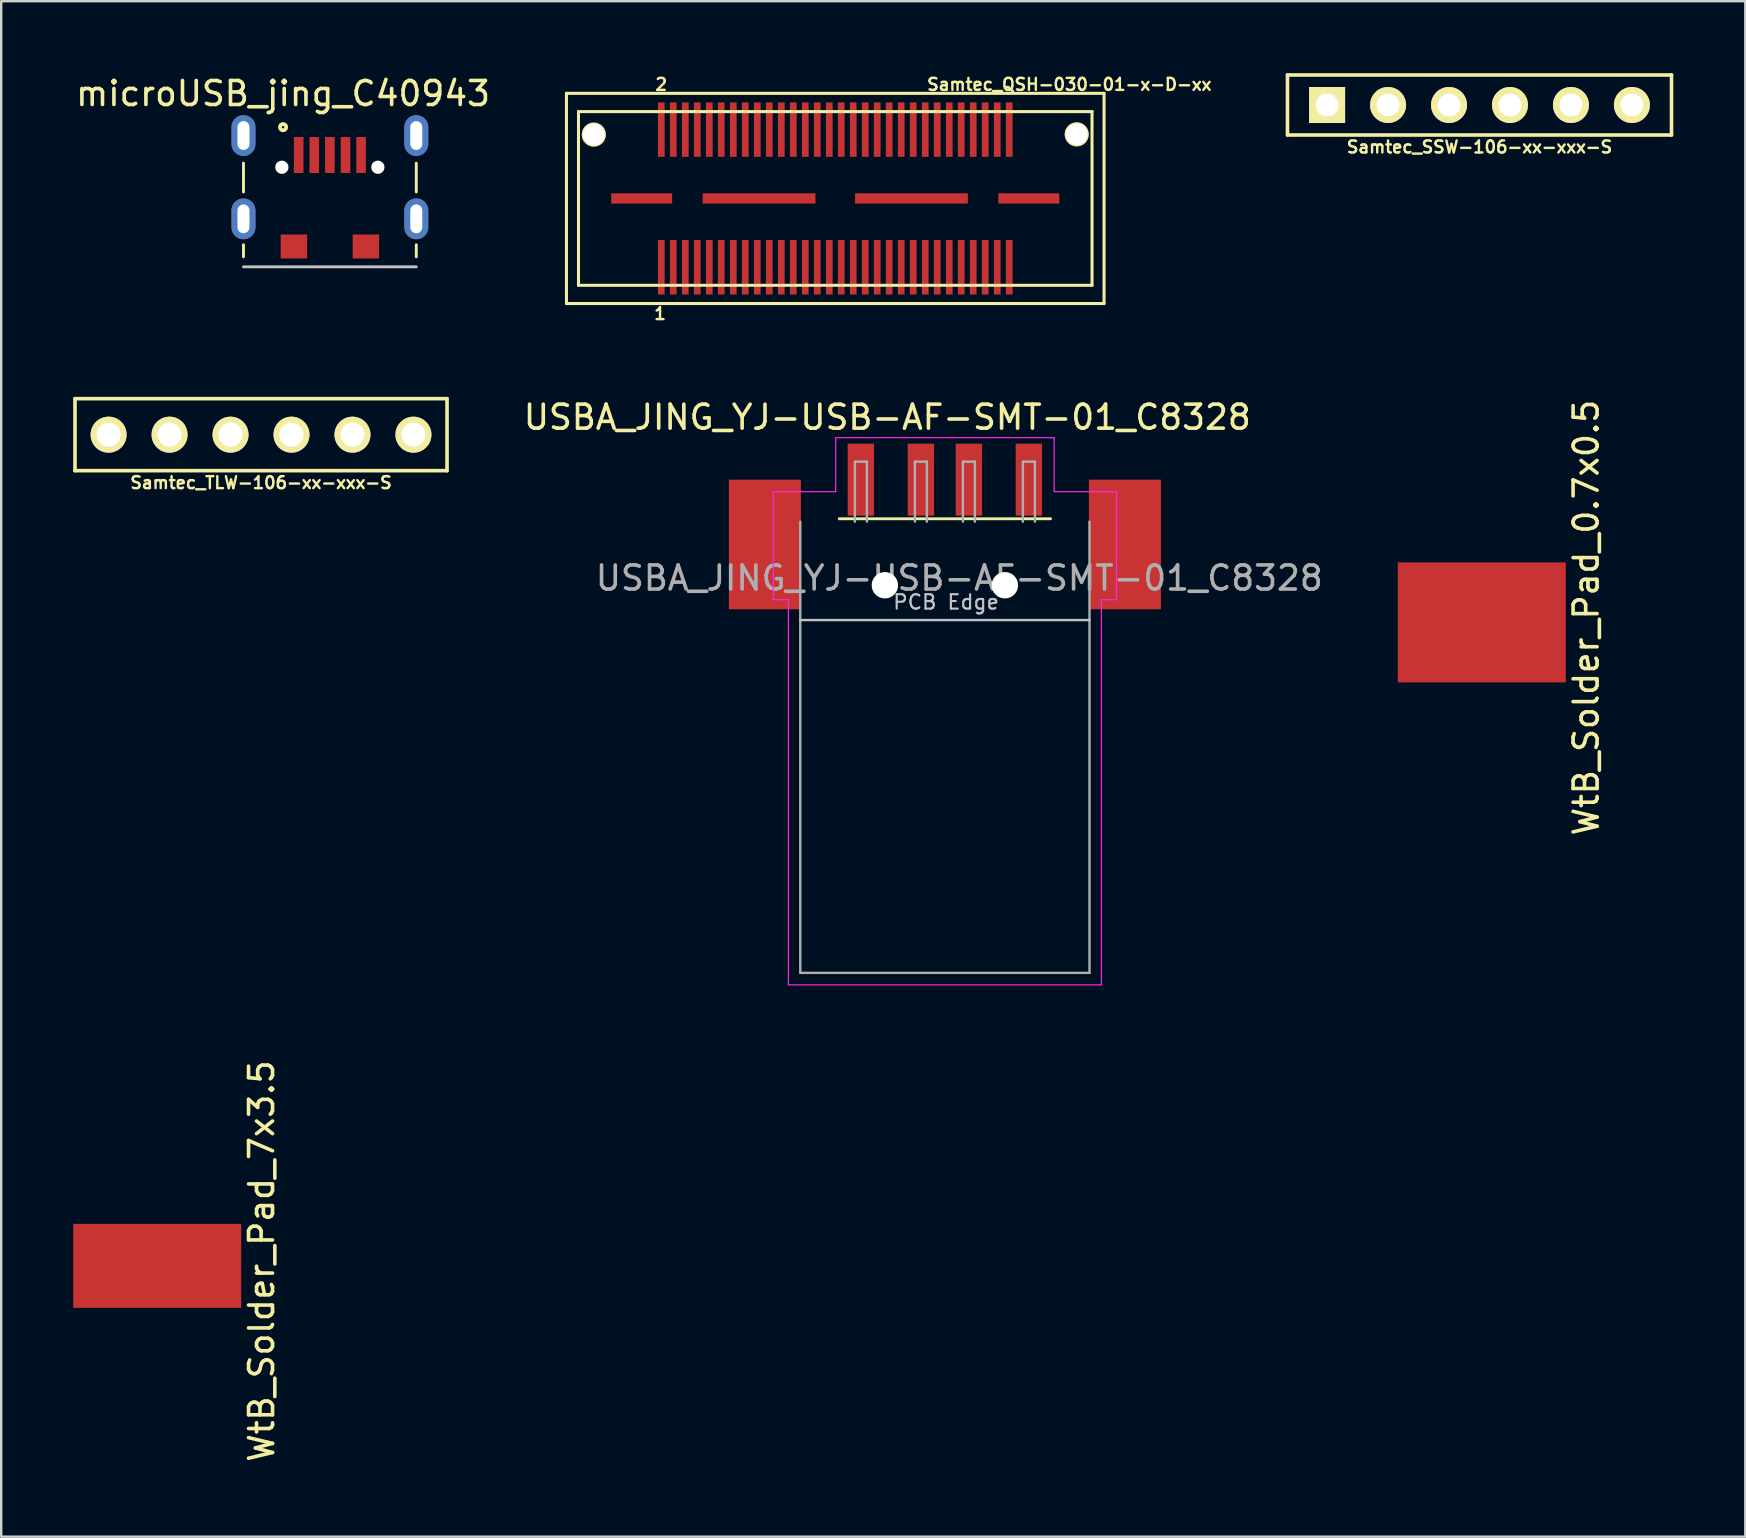
<source format=kicad_pcb>
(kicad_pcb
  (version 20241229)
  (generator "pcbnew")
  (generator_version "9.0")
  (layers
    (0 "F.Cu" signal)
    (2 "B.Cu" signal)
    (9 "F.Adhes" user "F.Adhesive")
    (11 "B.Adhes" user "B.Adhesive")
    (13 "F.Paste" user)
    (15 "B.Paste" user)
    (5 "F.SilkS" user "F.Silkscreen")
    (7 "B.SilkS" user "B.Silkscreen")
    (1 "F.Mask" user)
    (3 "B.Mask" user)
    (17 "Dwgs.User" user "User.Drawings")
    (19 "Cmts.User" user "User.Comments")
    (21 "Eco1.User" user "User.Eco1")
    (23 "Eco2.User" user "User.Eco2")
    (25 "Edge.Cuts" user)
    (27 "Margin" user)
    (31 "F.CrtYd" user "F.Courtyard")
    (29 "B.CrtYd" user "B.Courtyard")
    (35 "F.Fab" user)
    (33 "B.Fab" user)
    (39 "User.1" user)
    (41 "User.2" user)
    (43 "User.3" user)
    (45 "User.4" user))
  (footprint "Samtec_QSH-030-01-x-D-xx"
    (layer "F.Cu")
    (at 31.75 5.218)
    (property "Reference" "Samtec_QSH-030-01-x-D-xx" (at 9.75 -4.75 0) (layer "F.SilkS") (effects (font (size 0.5 0.5) (thickness 0.1))))
    (attr smd)
    (fp_line (start -11.199 -4.379) (end 11.199 -4.379) (stroke (width 0.127) (type solid)) (layer "F.SilkS"))
    (fp_line (start -11.199 4.379) (end -11.199 -4.379) (stroke (width 0.127) (type solid)) (layer "F.SilkS"))
    (fp_line (start -10.698 -3.619) (end 10.698 -3.619) (stroke (width 0.127) (type solid)) (layer "F.SilkS"))
    (fp_line (start -10.698 3.619) (end -10.698 -3.619) (stroke (width 0.127) (type solid)) (layer "F.SilkS"))
    (fp_line (start 10.698 -3.619) (end 10.698 3.619) (stroke (width 0.127) (type solid)) (layer "F.SilkS"))
    (fp_line (start 10.698 3.619) (end -10.698 3.619) (stroke (width 0.127) (type solid)) (layer "F.SilkS"))
    (fp_line (start 11.199 -4.379) (end 11.199 4.379) (stroke (width 0.127) (type solid)) (layer "F.SilkS"))
    (fp_line (start 11.199 4.379) (end -11.199 4.379) (stroke (width 0.127) (type solid)) (layer "F.SilkS"))
    (fp_text user "1" (at -7.3 4.8 0) (layer "F.SilkS") (effects (font (size 0.5 0.5) (thickness 0.1))))
    (fp_text user "2" (at -7.25 -4.75 0) (layer "F.SilkS") (effects (font (size 0.5 0.5) (thickness 0.1))))
    (pad "1" smd rect (at -7.249 2.868) (size 0.279 2.268) (layers "F.Cu" "F.Mask" "F.Paste"))
    (pad "2" smd rect (at -7.249 -2.868) (size 0.279 2.268) (layers "F.Cu" "F.Mask" "F.Paste"))
    (pad "3" smd rect (at -6.749 2.868) (size 0.279 2.268) (layers "F.Cu" "F.Mask" "F.Paste"))
    (pad "4" smd rect (at -6.749 -2.868) (size 0.279 2.268) (layers "F.Cu" "F.Mask" "F.Paste"))
    (pad "5" smd rect (at -6.248 2.868) (size 0.279 2.268) (layers "F.Cu" "F.Mask" "F.Paste"))
    (pad "6" smd rect (at -6.248 -2.868) (size 0.279 2.268) (layers "F.Cu" "F.Mask" "F.Paste"))
    (pad "7" smd rect (at -5.748 2.868) (size 0.279 2.268) (layers "F.Cu" "F.Mask" "F.Paste"))
    (pad "8" smd rect (at -5.748 -2.868) (size 0.279 2.268) (layers "F.Cu" "F.Mask" "F.Paste"))
    (pad "9" smd rect (at -5.248 2.868) (size 0.279 2.268) (layers "F.Cu" "F.Mask" "F.Paste"))
    (pad "10" smd rect (at -5.248 -2.868) (size 0.279 2.268) (layers "F.Cu" "F.Mask" "F.Paste"))
    (pad "11" smd rect (at -4.75 2.868) (size 0.279 2.268) (layers "F.Cu" "F.Mask" "F.Paste"))
    (pad "12" smd rect (at -4.75 -2.868) (size 0.279 2.268) (layers "F.Cu" "F.Mask" "F.Paste"))
    (pad "13" smd rect (at -4.249 2.868) (size 0.279 2.268) (layers "F.Cu" "F.Mask" "F.Paste"))
    (pad "14" smd rect (at -4.249 -2.868) (size 0.279 2.268) (layers "F.Cu" "F.Mask" "F.Paste"))
    (pad "15" smd rect (at -3.749 2.868) (size 0.279 2.268) (layers "F.Cu" "F.Mask" "F.Paste"))
    (pad "16" smd rect (at -3.749 -2.868) (size 0.279 2.268) (layers "F.Cu" "F.Mask" "F.Paste"))
    (pad "17" smd rect (at -3.249 2.868) (size 0.279 2.268) (layers "F.Cu" "F.Mask" "F.Paste"))
    (pad "18" smd rect (at -3.249 -2.868) (size 0.279 2.268) (layers "F.Cu" "F.Mask" "F.Paste"))
    (pad "19" smd rect (at -2.748 2.868) (size 0.279 2.268) (layers "F.Cu" "F.Mask" "F.Paste"))
    (pad "20" smd rect (at -2.748 -2.868) (size 0.279 2.268) (layers "F.Cu" "F.Mask" "F.Paste"))
    (pad "21" smd rect (at -2.248 2.868) (size 0.279 2.268) (layers "F.Cu" "F.Mask" "F.Paste"))
    (pad "22" smd rect (at -2.248 -2.868) (size 0.279 2.268) (layers "F.Cu" "F.Mask" "F.Paste"))
    (pad "23" smd rect (at -1.748 2.868) (size 0.279 2.268) (layers "F.Cu" "F.Mask" "F.Paste"))
    (pad "24" smd rect (at -1.748 -2.868) (size 0.279 2.268) (layers "F.Cu" "F.Mask" "F.Paste"))
    (pad "25" smd rect (at -1.25 2.868) (size 0.279 2.268) (layers "F.Cu" "F.Mask" "F.Paste"))
    (pad "26" smd rect (at -1.25 -2.868) (size 0.279 2.268) (layers "F.Cu" "F.Mask" "F.Paste"))
    (pad "27" smd rect (at -0.749 2.868) (size 0.279 2.268) (layers "F.Cu" "F.Mask" "F.Paste"))
    (pad "28" smd rect (at -0.749 -2.868) (size 0.279 2.268) (layers "F.Cu" "F.Mask" "F.Paste"))
    (pad "29" smd rect (at -0.249 2.868) (size 0.279 2.268) (layers "F.Cu" "F.Mask" "F.Paste"))
    (pad "30" smd rect (at -0.249 -2.868) (size 0.279 2.268) (layers "F.Cu" "F.Mask" "F.Paste"))
    (pad "31" smd rect (at 0.249 2.868) (size 0.279 2.268) (layers "F.Cu" "F.Mask" "F.Paste"))
    (pad "32" smd rect (at 0.249 -2.868) (size 0.279 2.268) (layers "F.Cu" "F.Mask" "F.Paste"))
    (pad "33" smd rect (at 0.749 2.868) (size 0.279 2.268) (layers "F.Cu" "F.Mask" "F.Paste"))
    (pad "34" smd rect (at 0.749 -2.868) (size 0.279 2.268) (layers "F.Cu" "F.Mask" "F.Paste"))
    (pad "35" smd rect (at 1.25 2.868) (size 0.279 2.268) (layers "F.Cu" "F.Mask" "F.Paste"))
    (pad "36" smd rect (at 1.25 -2.868) (size 0.279 2.268) (layers "F.Cu" "F.Mask" "F.Paste"))
    (pad "37" smd rect (at 1.748 2.868) (size 0.279 2.268) (layers "F.Cu" "F.Mask" "F.Paste"))
    (pad "38" smd rect (at 1.748 -2.868) (size 0.279 2.268) (layers "F.Cu" "F.Mask" "F.Paste"))
    (pad "39" smd rect (at 2.248 2.868) (size 0.279 2.268) (layers "F.Cu" "F.Mask" "F.Paste"))
    (pad "40" smd rect (at 2.248 -2.868) (size 0.279 2.268) (layers "F.Cu" "F.Mask" "F.Paste"))
    (pad "41" smd rect (at 2.748 2.868) (size 0.279 2.268) (layers "F.Cu" "F.Mask" "F.Paste"))
    (pad "42" smd rect (at 2.748 -2.868) (size 0.279 2.268) (layers "F.Cu" "F.Mask" "F.Paste"))
    (pad "43" smd rect (at 3.249 2.868) (size 0.279 2.268) (layers "F.Cu" "F.Mask" "F.Paste"))
    (pad "44" smd rect (at 3.249 -2.868) (size 0.279 2.268) (layers "F.Cu" "F.Mask" "F.Paste"))
    (pad "45" smd rect (at 3.749 2.868) (size 0.279 2.268) (layers "F.Cu" "F.Mask" "F.Paste"))
    (pad "46" smd rect (at 3.749 -2.868) (size 0.279 2.268) (layers "F.Cu" "F.Mask" "F.Paste"))
    (pad "47" smd rect (at 4.249 2.868) (size 0.279 2.268) (layers "F.Cu" "F.Mask" "F.Paste"))
    (pad "48" smd rect (at 4.249 -2.868) (size 0.279 2.268) (layers "F.Cu" "F.Mask" "F.Paste"))
    (pad "49" smd rect (at 4.75 2.868) (size 0.279 2.268) (layers "F.Cu" "F.Mask" "F.Paste"))
    (pad "50" smd rect (at 4.75 -2.868) (size 0.279 2.268) (layers "F.Cu" "F.Mask" "F.Paste"))
    (pad "51" smd rect (at 5.248 2.868) (size 0.279 2.268) (layers "F.Cu" "F.Mask" "F.Paste"))
    (pad "52" smd rect (at 5.248 -2.868) (size 0.279 2.268) (layers "F.Cu" "F.Mask" "F.Paste"))
    (pad "53" smd rect (at 5.748 2.868) (size 0.279 2.268) (layers "F.Cu" "F.Mask" "F.Paste"))
    (pad "54" smd rect (at 5.748 -2.868) (size 0.279 2.268) (layers "F.Cu" "F.Mask" "F.Paste"))
    (pad "55" smd rect (at 6.248 2.868) (size 0.279 2.268) (layers "F.Cu" "F.Mask" "F.Paste"))
    (pad "56" smd rect (at 6.248 -2.868) (size 0.279 2.268) (layers "F.Cu" "F.Mask" "F.Paste"))
    (pad "57" smd rect (at 6.749 2.868) (size 0.279 2.268) (layers "F.Cu" "F.Mask" "F.Paste"))
    (pad "58" smd rect (at 6.749 -2.868) (size 0.279 2.268) (layers "F.Cu" "F.Mask" "F.Paste"))
    (pad "59" smd rect (at 7.249 2.868) (size 0.279 2.268) (layers "F.Cu" "F.Mask" "F.Paste"))
    (pad "60" smd rect (at 7.249 -2.868) (size 0.279 2.268) (layers "F.Cu" "F.Mask" "F.Paste"))
    (pad "61" smd rect (at -8.065 0) (size 2.54 0.429) (layers "F.Cu" "F.Mask" "F.Paste"))
    (pad "62" smd rect (at -3.175 0) (size 4.699 0.429) (layers "F.Cu" "F.Mask" "F.Paste"))
    (pad "63" smd rect (at 3.175 0) (size 4.699 0.429) (layers "F.Cu" "F.Mask" "F.Paste"))
    (pad "64" smd rect (at 8.065 0) (size 2.54 0.429) (layers "F.Cu" "F.Mask" "F.Paste"))
    (pad "65" thru_hole circle (at -10.06 -2.66) (size 1 1) (drill 0.89) (layers "*.Cu" "*.Mask" "F.SilkS"))
    (pad "65" thru_hole circle (at 10.06 -2.67) (size 1 1) (drill 0.89) (layers "*.Cu" "*.Mask" "F.SilkS")))
  (footprint "Samtec_TLW-106-xx-xxx-S"
    (layer "F.Cu")
    (at 7.825 15.061)
    (property "Reference" "Samtec_TLW-106-xx-xxx-S" (at 0 2 0) (layer "F.SilkS") (effects (font (size 0.5 0.5) (thickness 0.1))))
    (attr through_hole)
    (fp_line (start -7.75 -1.5) (end -7.75 1.5) (stroke (width 0.15) (type solid)) (layer "F.SilkS"))
    (fp_line (start -7.75 -1.5) (end 7.75 -1.5) (stroke (width 0.15) (type solid)) (layer "F.SilkS"))
    (fp_line (start 7.75 -1.5) (end 7.75 1.5) (stroke (width 0.15) (type solid)) (layer "F.SilkS"))
    (fp_line (start 7.75 1.5) (end -7.75 1.5) (stroke (width 0.15) (type solid)) (layer "F.SilkS"))
    (pad "1" thru_hole circle (at -6.35 0) (size 1.5 1.5) (drill 1) (layers "*.Cu" "*.Mask" "F.SilkS"))
    (pad "2" thru_hole circle (at -3.81 0) (size 1.5 1.5) (drill 1) (layers "*.Cu" "*.Mask" "F.SilkS"))
    (pad "3" thru_hole circle (at -1.27 0) (size 1.5 1.5) (drill 1) (layers "*.Cu" "*.Mask" "F.SilkS"))
    (pad "4" thru_hole circle (at 1.27 0) (size 1.5 1.5) (drill 1) (layers "*.Cu" "*.Mask" "F.SilkS"))
    (pad "5" thru_hole circle (at 3.81 0) (size 1.5 1.5) (drill 1) (layers "*.Cu" "*.Mask" "F.SilkS"))
    (pad "6" thru_hole circle (at 6.35 0) (size 1.5 1.5) (drill 1) (layers "*.Cu" "*.Mask" "F.SilkS")))
  (footprint "microUSB_jing_C40943"
    (layer "F.Cu")
    (at 7.094 2.598)
    (property "Reference" "microUSB_jing_C40943" (at 1.65 -1.75 0) (layer "F.SilkS") (effects (font (size 1 1) (thickness 0.15))))
    (attr through_hole)
    (fp_line (start 0 1.15) (end 0 2.35) (stroke (width 0.12) (type solid)) (layer "F.SilkS"))
    (fp_line (start 0 4.55) (end 0 5.05) (stroke (width 0.12) (type solid)) (layer "F.SilkS"))
    (fp_line (start 7.2 1.15) (end 7.2 2.35) (stroke (width 0.12) (type solid)) (layer "F.SilkS"))
    (fp_line (start 7.2 4.55) (end 7.2 5.05) (stroke (width 0.12) (type solid)) (layer "F.SilkS"))
    (fp_circle (center 1.65 -0.35) (end 1.7 -0.35) (stroke (width 0.12) (type solid)) (fill no) (layer "F.SilkS"))
    (fp_circle (center 1.65 -0.35) (end 1.8 -0.35) (stroke (width 0.12) (type solid)) (fill no) (layer "F.SilkS"))
    (fp_line (start 0 5.47) (end 7.2 5.47) (stroke (width 0.12) (type solid)) (layer "Dwgs.User"))
    (pad "" np_thru_hole circle (at 1.6 1.32) (size 0.55 0.55) (drill 0.55) (layers "*.Cu" "*.Mask"))
    (pad "" np_thru_hole circle (at 5.6 1.32) (size 0.55 0.55) (drill 0.55) (layers "*.Cu" "*.Mask"))
    (pad "1" smd rect (at 2.3 0.81) (size 0.4 1.5) (layers "F.Cu" "F.Mask" "F.Paste"))
    (pad "2" smd rect (at 2.95 0.81) (size 0.4 1.5) (layers "F.Cu" "F.Mask" "F.Paste"))
    (pad "3" smd rect (at 3.6 0.81) (size 0.4 1.5) (layers "F.Cu" "F.Mask" "F.Paste"))
    (pad "4" smd rect (at 4.25 0.81) (size 0.4 1.5) (layers "F.Cu" "F.Mask" "F.Paste"))
    (pad "5" smd rect (at 4.9 0.81) (size 0.4 1.5) (layers "F.Cu" "F.Mask" "F.Paste"))
    (pad "6" thru_hole oval (at 0 0) (size 1 1.7) (drill oval 0.5 1.2) (layers "*.Cu" "*.Mask"))
    (pad "6" thru_hole oval (at 0 3.47) (size 1 1.7) (drill oval 0.5 1.2) (layers "*.Cu" "*.Mask"))
    (pad "6" smd rect (at 2.1 4.62) (size 1.1 1) (layers "F.Cu" "F.Mask" "F.Paste"))
    (pad "6" smd rect (at 5.1 4.62) (size 1.1 1) (layers "F.Cu" "F.Mask" "F.Paste"))
    (pad "6" thru_hole oval (at 7.2 0) (size 1 1.7) (drill oval 0.5 1.2) (layers "*.Cu" "*.Mask"))
    (pad "6" thru_hole oval (at 7.2 3.47) (size 1 1.7) (drill oval 0.5 1.2) (layers "*.Cu" "*.Mask")))
  (footprint "WtB_Solder_Pad_7x3.5"
    (layer "F.Cu")
    (at 3.5 49.691)
    (property "Reference" "WtB_Solder_Pad_7x3.5" (at 4.35 -0.2 90) (layer "F.SilkS") (effects (font (size 1 1) (thickness 0.15))))
    (attr through_hole)
    (pad "1" smd rect (at 0 0) (size 7 3.5) (layers "F.Cu" "F.Mask" "F.Paste")))
  (footprint "WtB_Solder_Pad_0.7x0.5"
    (layer "F.Cu")
    (at 58.686 22.882)
    (property "Reference" "WtB_Solder_Pad_0.7x0.5" (at 4.35 -0.2 90) (layer "F.SilkS") (effects (font (size 1 1) (thickness 0.15))))
    (attr through_hole)
    (pad "1" smd rect (at 0 0) (size 7 5) (layers "F.Cu" "F.Mask" "F.Paste")))
  (footprint "USBA_JING_YJ-USB-AF-SMT-01_C8328"
    (layer "F.Cu")
    (at 39.818 16.934)
    (property "Reference" "USBA_JING_YJ-USB-AF-SMT-01_C8328" (at -5.9 -2.6 180) (layer "F.SilkS") (effects (font (size 1 1) (thickness 0.15))))
    (attr smd)
    (fp_line (start 0.9 1.63) (end -7.9 1.63) (stroke (width 0.12) (type solid)) (layer "F.SilkS"))
    (fp_line (start -9.525 5.85) (end 2.525 5.85) (stroke (width 0.1) (type solid)) (layer "Dwgs.User"))
    (fp_line (start -10.65 0.5) (end -10.65 5) (stroke (width 0.05) (type solid)) (layer "F.CrtYd"))
    (fp_line (start -10.65 5) (end -10.02 5) (stroke (width 0.05) (type solid)) (layer "F.CrtYd"))
    (fp_line (start -10.02 5) (end -10.02 21.05) (stroke (width 0.05) (type solid)) (layer "F.CrtYd"))
    (fp_line (start -10.02 21.05) (end 3.02 21.05) (stroke (width 0.05) (type solid)) (layer "F.CrtYd"))
    (fp_line (start -8.05 -1.75) (end -8.05 0.5) (stroke (width 0.05) (type solid)) (layer "F.CrtYd"))
    (fp_line (start -8.05 -1.75) (end 1.05 -1.75) (stroke (width 0.05) (type solid)) (layer "F.CrtYd"))
    (fp_line (start -8.05 0.5) (end -10.65 0.5) (stroke (width 0.05) (type solid)) (layer "F.CrtYd"))
    (fp_line (start 1.05 -1.75) (end 1.05 0.5) (stroke (width 0.05) (type solid)) (layer "F.CrtYd"))
    (fp_line (start 3.02 5) (end 3.02 21.05) (stroke (width 0.05) (type solid)) (layer "F.CrtYd"))
    (fp_line (start 3.02 5) (end 3.65 5) (stroke (width 0.05) (type solid)) (layer "F.CrtYd"))
    (fp_line (start 3.65 0.5) (end 1.05 0.5) (stroke (width 0.05) (type solid)) (layer "F.CrtYd"))
    (fp_line (start 3.65 0.5) (end 3.65 5) (stroke (width 0.05) (type solid)) (layer "F.CrtYd"))
    (fp_line (start -9.525 1.75) (end -9.525 20.55) (stroke (width 0.1) (type solid)) (layer "F.Fab"))
    (fp_line (start -9.525 20.55) (end 2.525 20.55) (stroke (width 0.1) (type solid)) (layer "F.Fab"))
    (fp_line (start -7.25 -0.75) (end -7.25 1.75) (stroke (width 0.1) (type solid)) (layer "F.Fab"))
    (fp_line (start -7.25 -0.75) (end -6.75 -0.75) (stroke (width 0.1) (type solid)) (layer "F.Fab"))
    (fp_line (start -6.75 -0.75) (end -6.75 1.75) (stroke (width 0.1) (type solid)) (layer "F.Fab"))
    (fp_line (start -4.75 -0.75) (end -4.75 1.75) (stroke (width 0.1) (type solid)) (layer "F.Fab"))
    (fp_line (start -4.75 -0.75) (end -4.25 -0.75) (stroke (width 0.1) (type solid)) (layer "F.Fab"))
    (fp_line (start -4.25 -0.75) (end -4.25 1.75) (stroke (width 0.1) (type solid)) (layer "F.Fab"))
    (fp_line (start -2.75 -0.75) (end -2.75 1.75) (stroke (width 0.1) (type solid)) (layer "F.Fab"))
    (fp_line (start -2.75 -0.75) (end -2.25 -0.75) (stroke (width 0.1) (type solid)) (layer "F.Fab"))
    (fp_line (start -2.25 -0.75) (end -2.25 1.75) (stroke (width 0.1) (type solid)) (layer "F.Fab"))
    (fp_line (start -0.25 -0.75) (end -0.25 1.75) (stroke (width 0.1) (type solid)) (layer "F.Fab"))
    (fp_line (start -0.25 -0.75) (end 0.25 -0.75) (stroke (width 0.1) (type solid)) (layer "F.Fab"))
    (fp_line (start 0.25 -0.75) (end 0.25 1.75) (stroke (width 0.1) (type solid)) (layer "F.Fab"))
    (fp_line (start 2.525 1.75) (end 2.525 20.55) (stroke (width 0.1) (type solid)) (layer "F.Fab"))
    (fp_text user "PCB Edge" (at -3.45 5.1 0) (layer "Dwgs.User") (effects (font (size 0.6 0.6) (thickness 0.09))))
    (fp_text user "${REFERENCE}" (at -2.9 4.1 0) (layer "F.Fab") (effects (font (size 1 1) (thickness 0.15))))
    (pad "" np_thru_hole circle (at -6 4.4 270) (size 1.1 1.1) (drill 1.1) (layers "*.Cu" "*.Mask"))
    (pad "" np_thru_hole circle (at -1 4.4 270) (size 1.1 1.1) (drill 1.1) (layers "*.Cu" "*.Mask"))
    (pad "1" smd rect (at 0 0 270) (size 3 1.1) (layers "F.Cu" "F.Mask" "F.Paste"))
    (pad "2" smd rect (at -2.5 0 270) (size 3 1.1) (layers "F.Cu" "F.Mask" "F.Paste"))
    (pad "3" smd rect (at -4.5 0 270) (size 3 1.1) (layers "F.Cu" "F.Mask" "F.Paste"))
    (pad "4" smd rect (at -7 0 270) (size 3 1.1) (layers "F.Cu" "F.Mask" "F.Paste"))
    (pad "5" smd rect (at -11 2.7 270) (size 5.4 3) (layers "F.Cu" "F.Mask" "F.Paste"))
    (pad "5" smd rect (at 4 2.7 270) (size 5.4 3) (layers "F.Cu" "F.Mask" "F.Paste")))
  (footprint "Samtec_SSW-106-xx-xxx-S"
    (layer "F.Cu")
    (at 58.592 1.325)
    (property "Reference" "Samtec_SSW-106-xx-xxx-S" (at 0 1.75 0) (layer "F.SilkS") (effects (font (size 0.5 0.5) (thickness 0.1))))
    (attr through_hole)
    (fp_line (start -8 -1.25) (end 8 -1.25) (stroke (width 0.15) (type solid)) (layer "F.SilkS"))
    (fp_line (start -8 1.25) (end -8 -1.25) (stroke (width 0.15) (type solid)) (layer "F.SilkS"))
    (fp_line (start 8 -1.25) (end 8 1.25) (stroke (width 0.15) (type solid)) (layer "F.SilkS"))
    (fp_line (start 8 1.25) (end -8 1.25) (stroke (width 0.15) (type solid)) (layer "F.SilkS"))
    (pad "1" thru_hole rect (at -6.35 0) (size 1.5 1.5) (drill 0.95) (layers "*.Cu" "*.Mask" "F.SilkS"))
    (pad "2" thru_hole circle (at -3.81 0) (size 1.5 1.5) (drill 0.95) (layers "*.Cu" "*.Mask" "F.SilkS"))
    (pad "3" thru_hole circle (at -1.27 0) (size 1.5 1.5) (drill 0.95) (layers "*.Cu" "*.Mask" "F.SilkS"))
    (pad "4" thru_hole circle (at 1.27 0) (size 1.5 1.5) (drill 0.95) (layers "*.Cu" "*.Mask" "F.SilkS"))
    (pad "5" thru_hole circle (at 3.81 0) (size 1.5 1.5) (drill 0.95) (layers "*.Cu" "*.Mask" "F.SilkS"))
    (pad "6" thru_hole circle (at 6.35 0) (size 1.5 1.5) (drill 0.95) (layers "*.Cu" "*.Mask" "F.SilkS")))
  (gr_rect
    (start -3 -3)
    (end 69.667 60.974)
    (stroke (width 0.1) (type default))
    (fill no)
    (layer "Edge.Cuts")))
</source>
